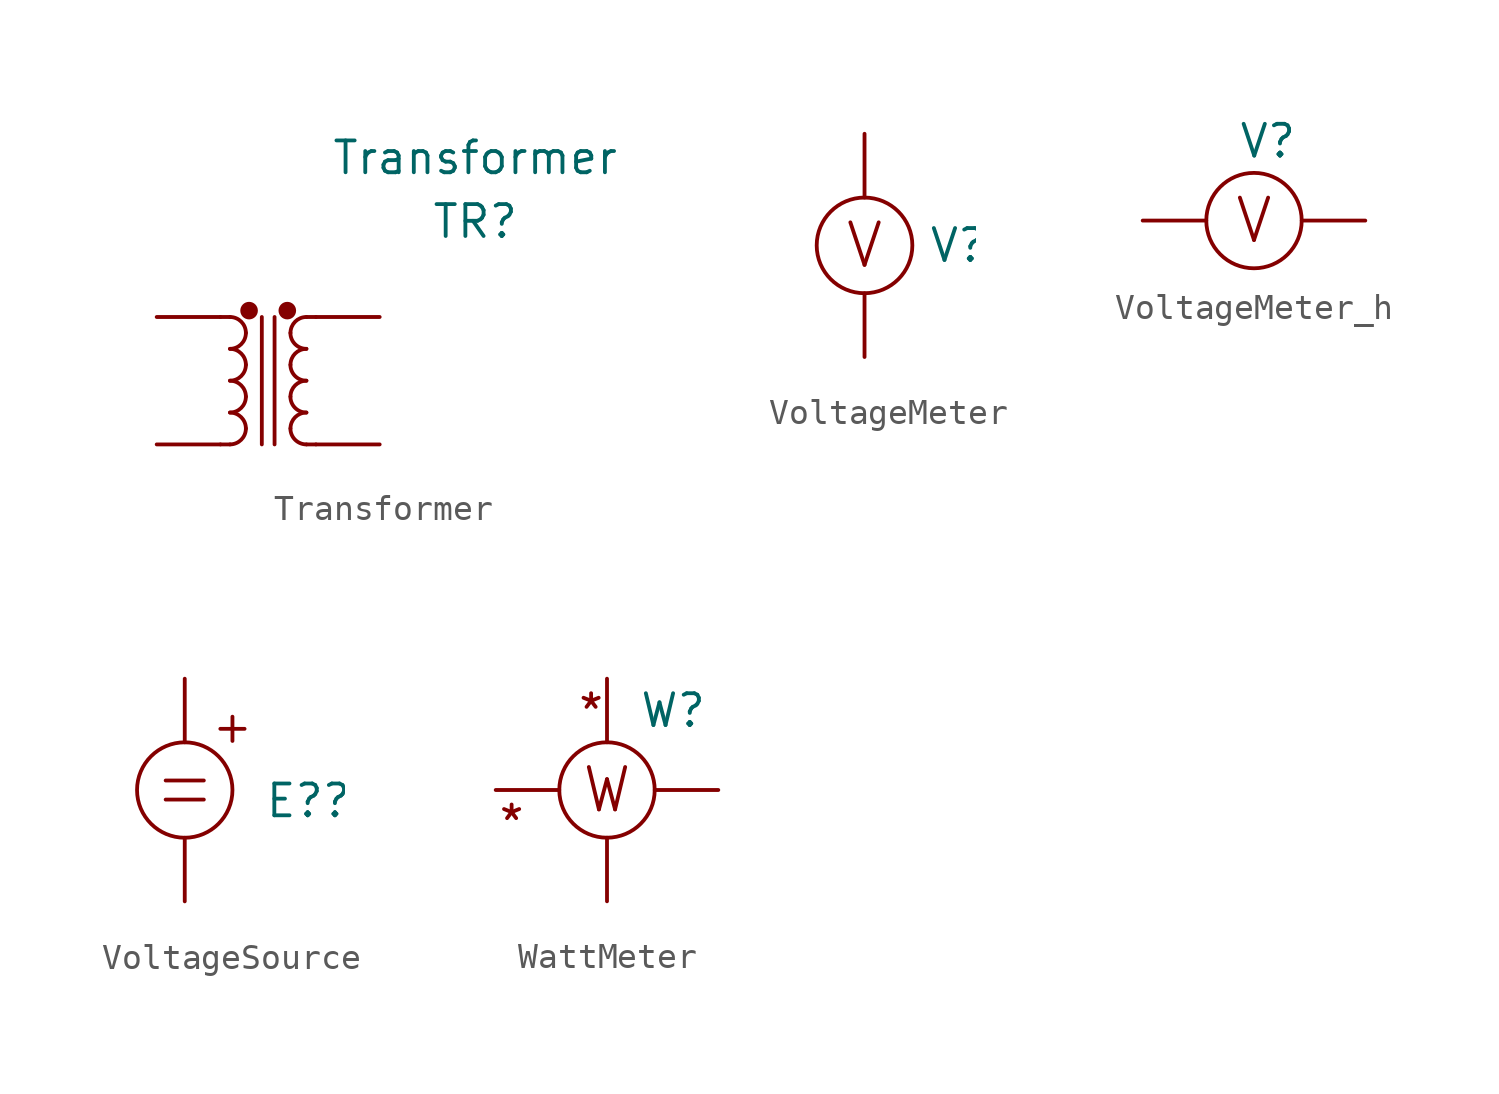
<source format=kicad_sym>
(kicad_symbol_lib
  (version 20220914)
  (generator kicad_symbol_editor)
  (symbol "Transformer"
    (property "Reference" "TR"
      (at 0 5.08 0)
      (effects (font (size 1.27 1.27))))
    (property "Value" "Transformer"
      (at 0 7.62 0)
      (effects (font (size 1.27 1.27))))
    (symbol "Transformer_0_1"
      (arc (start -9.779 -3.81) (mid -9.33 -3.624) (end -9.144 -3.175) (stroke (width 0.1524) (type default)) (fill (type none)))
      (arc (start -9.779 -2.54) (mid -9.33 -2.354) (end -9.144 -1.905) (stroke (width 0.1524) (type default)) (fill (type none)))
      (arc (start -9.779 -1.27) (mid -9.33 -1.084) (end -9.144 -0.635) (stroke (width 0.1524) (type default)) (fill (type none)))
      (arc (start -9.779 0) (mid -9.33 0.186) (end -9.144 0.635) (stroke (width 0.1524) (type default)) (fill (type none)))
      (arc (start -9.144 -3.175) (mid -9.33 -2.726) (end -9.779 -2.54) (stroke (width 0.1524) (type default)) (fill (type none)))
      (arc (start -9.144 -1.905) (mid -9.33 -1.456) (end -9.779 -1.27) (stroke (width 0.1524) (type default)) (fill (type none)))
      (arc (start -9.144 -0.635) (mid -9.33 -0.186) (end -9.779 0) (stroke (width 0.1524) (type default)) (fill (type none)))
      (arc (start -9.144 0.635) (mid -9.33 1.084) (end -9.779 1.27) (stroke (width 0.1524) (type default)) (fill (type none)))
      (circle (center -9.017 1.524) (radius 0.0001) (stroke (width 0.35) (type default)) (fill (type none)))
      (circle (center -7.493 1.524) (radius 0.0001) (stroke (width 0.35) (type default)) (fill (type none)))
      (arc (start -7.366 -3.175) (mid -7.18 -3.624) (end -6.731 -3.81) (stroke (width 0.1524) (type default)) (fill (type none)))
      (arc (start -7.366 -1.905) (mid -7.18 -2.354) (end -6.731 -2.54) (stroke (width 0.1524) (type default)) (fill (type none)))
      (arc (start -7.366 -0.635) (mid -7.18 -1.084) (end -6.731 -1.27) (stroke (width 0.1524) (type default)) (fill (type none)))
      (arc (start -7.366 0.635) (mid -7.18 0.186) (end -6.731 0) (stroke (width 0.1524) (type default)) (fill (type none)))
      (arc (start -6.731 -2.54) (mid -7.18 -2.726) (end -7.366 -3.175) (stroke (width 0.1524) (type default)) (fill (type none)))
      (arc (start -6.731 -1.27) (mid -7.18 -1.456) (end -7.366 -1.905) (stroke (width 0.1524) (type default)) (fill (type none)))
      (arc (start -6.731 0) (mid -7.18 -0.186) (end -7.366 -0.635) (stroke (width 0.1524) (type default)) (fill (type none)))
      (arc (start -6.731 1.27) (mid -7.18 1.084) (end -7.366 0.635) (stroke (width 0.1524) (type default)) (fill (type none)))
      (polyline (pts (xy -10.16 -3.81) (xy -9.779 -3.81)) (stroke (width 0.152) (type default)) (fill (type none)))
      (polyline (pts (xy -10.16 1.27) (xy -9.779 1.27)) (stroke (width 0.152) (type default)) (fill (type none)))
      (polyline (pts (xy -8.509 -3.81) (xy -8.509 1.27)) (stroke (width 0.152) (type default)) (fill (type none)))
      (polyline (pts (xy -8.001 -3.81) (xy -8.001 1.27)) (stroke (width 0.152) (type default)) (fill (type none)))
      (polyline (pts (xy -6.35 -3.81) (xy -6.731 -3.81)) (stroke (width 0.152) (type default)) (fill (type none)))
      (polyline (pts (xy -6.35 1.27) (xy -6.731 1.27)) (stroke (width 0.152) (type default)) (fill (type none))))
    (symbol "Transformer_1_1"
      (pin input line (at -12.7 -3.81 0) (length 2.54) (name "" (effects (font (size 1.27 1.27)))) (number "" (effects (font (size 1.27 1.27)))))
      (pin input line (at -12.7 1.27 0) (length 2.54) (name "" (effects (font (size 1.27 1.27)))) (number "" (effects (font (size 1.27 1.27)))))
      (pin input line (at -3.81 -3.81 180) (length 2.54) (name "" (effects (font (size 1.27 1.27)))) (number "" (effects (font (size 1.27 1.27)))))
      (pin input line (at -3.81 1.27 180) (length 2.54) (name "" (effects (font (size 1.27 1.27)))) (number "" (effects (font (size 1.27 1.27)))))))
  (symbol "VoltageMeter"
    (pin_numbers hide)
    (pin_names
      (offset 0) hide)
    (property "Reference" "V"
      (at 2.54 -2.54 0)
      (effects (font (size 1.27 1.27)) (justify left)))
    (symbol "VoltageMeter_0_0"
      (circle (center 0 -2.54) (radius 1.905) (stroke (width 0.152) (type default)) (fill (type none)))
      (text "V" (at 0 -2.54 0) (effects (font (size 1.693 1.693)))))
    (symbol "VoltageMeter_1_1"
      (pin unspecified line (at 0 -6.985 90) (length 2.54) (name "" (effects (font (size 1.27 1.27)))) (number "" (effects (font (size 1.27 1.27)))))
      (pin unspecified line (at 0 1.905 270) (length 2.54) (name "" (effects (font (size 1.27 1.27)))) (number "" (effects (font (size 1.27 1.27)))))))
  (symbol "VoltageMeter_h"
    (pin_numbers hide)
    (pin_names
      (offset 0) hide)
    (property "Reference" "V"
      (at -0.635 0.635 0)
      (effects (font (size 1.27 1.27)) (justify left)))
    (symbol "VoltageMeter_h_0_0"
      (circle (center 0 -2.54) (radius 1.905) (stroke (width 0.152) (type default)) (fill (type none)))
      (text "V" (at 0 -2.54 0) (effects (font (size 1.693 1.693)))))
    (symbol "VoltageMeter_h_1_1"
      (pin unspecified line (at -4.445 -2.54 0) (length 2.54) (name "" (effects (font (size 1.27 1.27)))) (number "" (effects (font (size 1.27 1.27)))))
      (pin unspecified line (at 4.445 -2.54 180) (length 2.54) (name "" (effects (font (size 1.27 1.27)))) (number "" (effects (font (size 1.27 1.27)))))))
  (symbol "VoltageSource"
    (pin_numbers hide)
    (pin_names
      (offset 0) hide)
    (property "Reference" "E?"
      (at 3.175 -2.969 0)
      (effects (font (size 1.27 1.27)) (justify left)))
    (symbol "VoltageSource_0_0"
      (circle (center 0 -2.54) (radius 1.905) (stroke (width 0.152) (type default)) (fill (type none)))
      (text "+" (at 1.905 0 0) (effects (font (size 1.27 1.27)))))
    (symbol "VoltageSource_0_1"
      (polyline (pts (xy -0.762 -2.921) (xy 0.762 -2.921)) (stroke (width 0) (type default)) (fill (type none)))
      (polyline (pts (xy -0.762 -2.159) (xy 0.762 -2.159)) (stroke (width 0) (type default)) (fill (type none))))
    (symbol "VoltageSource_1_1"
      (pin unspecified line (at 0 -6.985 90) (length 2.54) (name "" (effects (font (size 1.27 1.27)))) (number "" (effects (font (size 1.27 1.27)))))
      (pin unspecified line (at 0 1.905 270) (length 2.54) (name "" (effects (font (size 1.27 1.27)))) (number "" (effects (font (size 1.27 1.27)))))))
  (symbol "WattMeter"
    (pin_numbers hide)
    (pin_names
      (offset 0) hide)
    (property "Reference" "W"
      (at 1.27 0.635 0)
      (effects (font (size 1.27 1.27)) (justify left)))
    (symbol "WattMeter_0_0"
      (circle (center 0 -2.54) (radius 1.905) (stroke (width 0.152) (type default)) (fill (type none)))
      (text "*" (at -3.81 -3.81 0) (effects (font (size 1.27 1.27))))
      (text "*" (at -0.635 0.635 0) (effects (font (size 1.27 1.27))))
      (text "W" (at 0 -2.54 0) (effects (font (size 1.693 1.693)))))
    (symbol "WattMeter_1_1"
      (pin unspecified line (at -4.445 -2.54 0) (length 2.54) (name "" (effects (font (size 1.27 1.27)))) (number "" (effects (font (size 1.27 1.27)))))
      (pin unspecified line (at 0 -6.985 90) (length 2.54) (name "" (effects (font (size 1.27 1.27)))) (number "" (effects (font (size 1.27 1.27)))))
      (pin unspecified line (at 0 1.905 270) (length 2.54) (name "" (effects (font (size 1.27 1.27)))) (number "" (effects (font (size 1.27 1.27)))))
      (pin unspecified line (at 4.445 -2.54 180) (length 2.54) (name "" (effects (font (size 1.27 1.27)))) (number "" (effects (font (size 1.27 1.27))))))))
</source>
